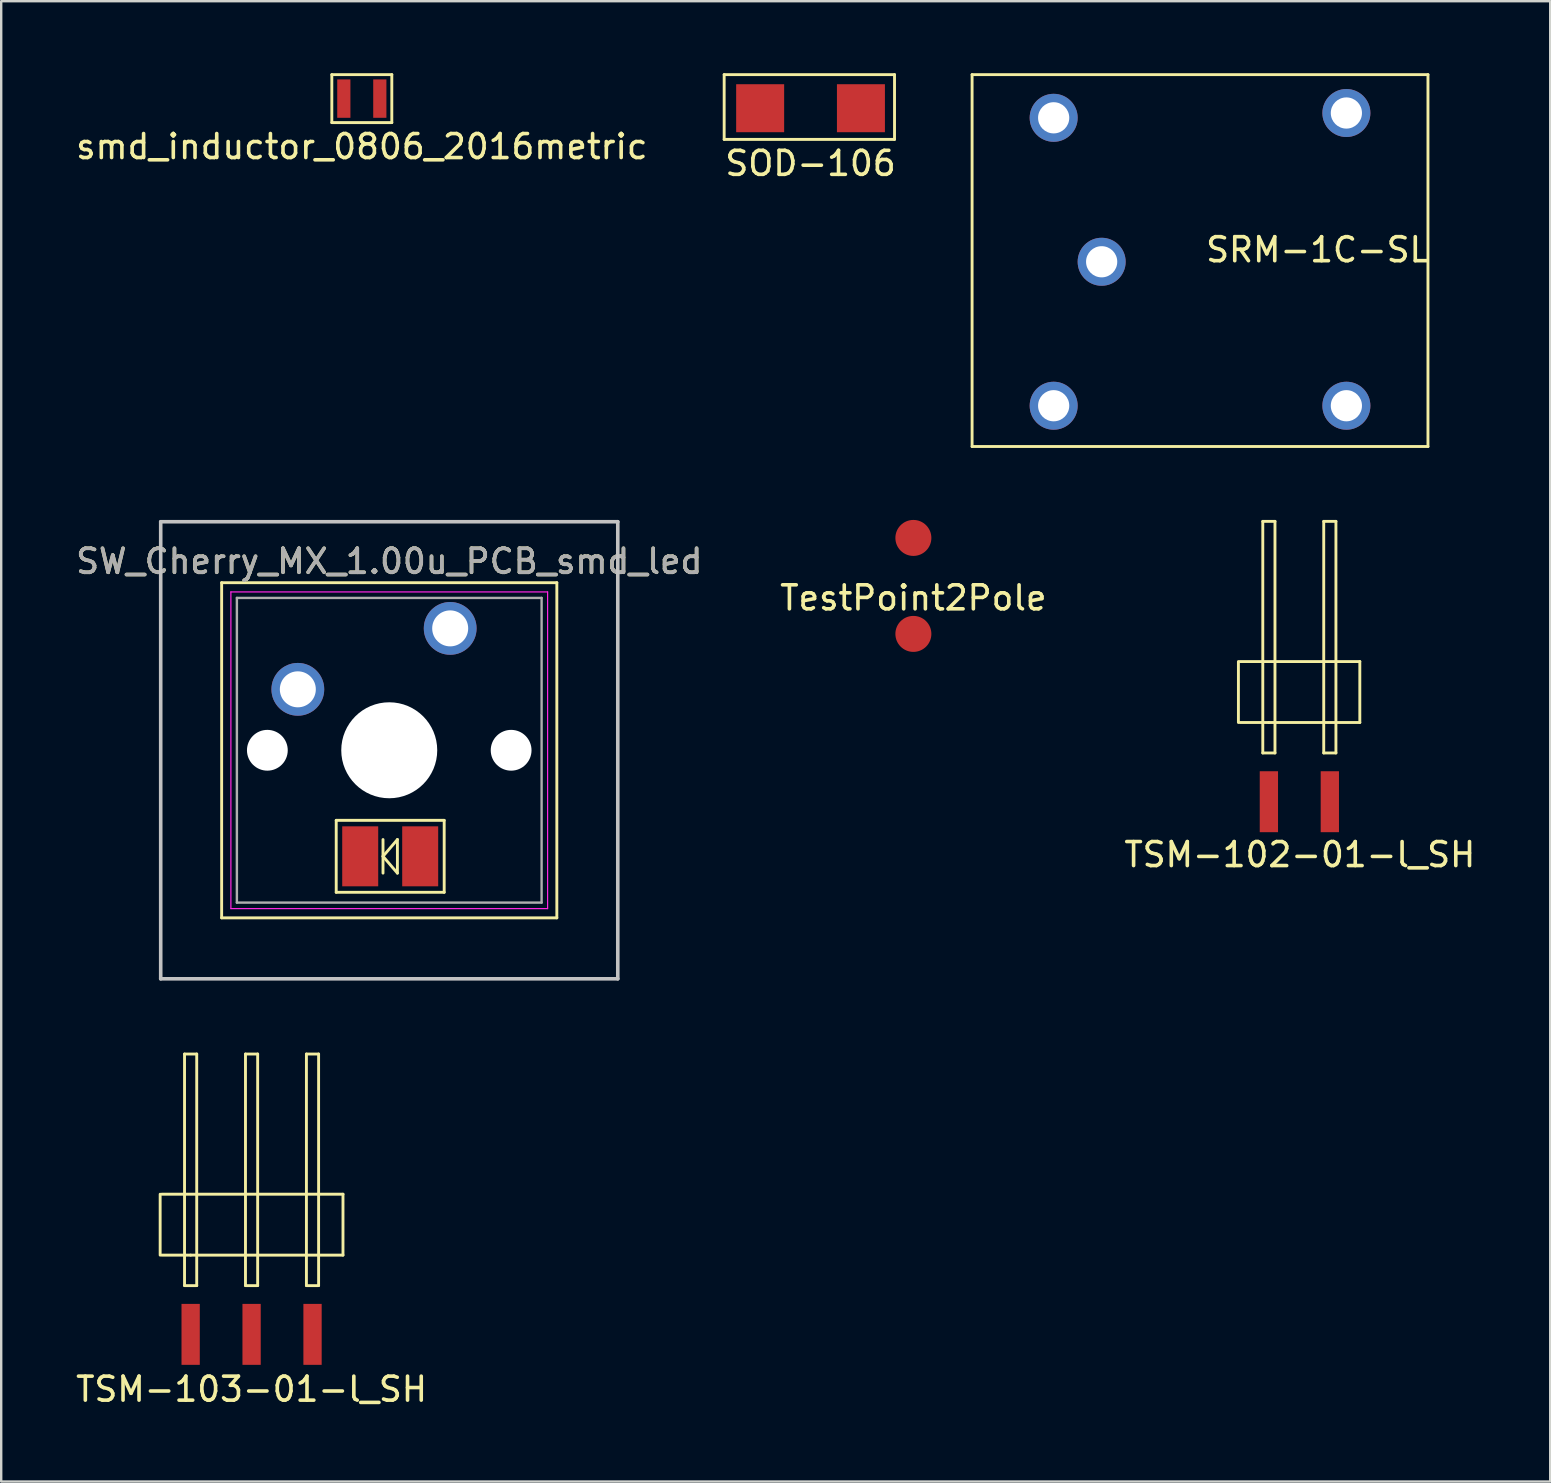
<source format=kicad_pcb>
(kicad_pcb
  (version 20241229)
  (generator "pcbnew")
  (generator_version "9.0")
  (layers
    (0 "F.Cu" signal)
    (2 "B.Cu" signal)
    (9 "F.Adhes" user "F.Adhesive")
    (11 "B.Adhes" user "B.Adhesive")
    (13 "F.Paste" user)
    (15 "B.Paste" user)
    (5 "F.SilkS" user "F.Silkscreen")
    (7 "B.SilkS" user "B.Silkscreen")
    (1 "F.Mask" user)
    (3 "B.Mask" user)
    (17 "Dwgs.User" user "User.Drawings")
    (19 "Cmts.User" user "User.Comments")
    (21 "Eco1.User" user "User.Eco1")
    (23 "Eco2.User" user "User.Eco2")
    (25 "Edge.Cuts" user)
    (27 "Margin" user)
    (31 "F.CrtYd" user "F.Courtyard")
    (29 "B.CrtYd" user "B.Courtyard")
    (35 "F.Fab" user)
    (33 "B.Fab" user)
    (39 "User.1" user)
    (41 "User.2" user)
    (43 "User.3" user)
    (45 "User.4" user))
  (footprint "TestPoint2Pole"
    (layer "F.Cu")
    (at 35.018 21.37)
    (property "Reference" "TestPoint2Pole" (at 0 0.5 0) (layer "F.SilkS") (effects (font (size 1 1) (thickness 0.15))))
    (attr through_hole)
    (pad "1" smd circle (at 0 -2) (size 1.5 1.5) (layers "F.Cu" "F.Mask" "F.Paste"))
    (pad "2" smd circle (at 0 2) (size 1.5 1.5) (layers "F.Cu" "F.Mask" "F.Paste")))
  (footprint "SOD-106"
    (layer "F.Cu")
    (at 30.732 1.46)
    (property "Reference" "SOD-106" (at 0 2.3 0) (layer "F.SilkS") (effects (font (size 1 1) (thickness 0.15))))
    (attr through_hole)
    (fp_line (start -3.6 -1.4) (end -3.6 1.3) (stroke (width 0.12) (type solid)) (layer "F.SilkS"))
    (fp_line (start -3.6 -1.4) (end 3.5 -1.4) (stroke (width 0.12) (type solid)) (layer "F.SilkS"))
    (fp_line (start 3.5 -1.4) (end 3.5 1.3) (stroke (width 0.12) (type solid)) (layer "F.SilkS"))
    (fp_line (start 3.5 1.3) (end -3.6 1.3) (stroke (width 0.12) (type solid)) (layer "F.SilkS"))
    (pad "1" smd rect (at -2.1 0) (size 2 2) (layers "F.Cu" "F.Mask" "F.Paste"))
    (pad "2" smd rect (at 2.1 0) (size 2 2) (layers "F.Cu" "F.Mask" "F.Paste")))
  (footprint "smd_inductor_0806_2016metric"
    (layer "F.Cu")
    (at 12.03 1.06)
    (property "Reference" "smd_inductor_0806_2016metric" (at 0 2 0) (layer "F.SilkS") (effects (font (size 1 1) (thickness 0.15))))
    (attr through_hole)
    (fp_line (start -1.25 -1) (end 1.25 -1) (stroke (width 0.12) (type solid)) (layer "F.SilkS"))
    (fp_line (start -1.25 1) (end -1.25 -1) (stroke (width 0.12) (type solid)) (layer "F.SilkS"))
    (fp_line (start 1.25 -1) (end 1.25 1) (stroke (width 0.12) (type solid)) (layer "F.SilkS"))
    (fp_line (start 1.25 1) (end -1.25 1) (stroke (width 0.12) (type solid)) (layer "F.SilkS"))
    (pad "1" smd rect (at 0.75 0) (size 0.55 1.6) (layers "F.Cu" "F.Mask" "F.Paste"))
    (pad "2" smd rect (at -0.75 0) (size 0.55 1.6) (layers "F.Cu" "F.Mask" "F.Paste")))
  (footprint "TSM-103-01-l_SH"
    (layer "F.Cu")
    (at 7.435 49.77)
    (property "Reference" "TSM-103-01-l_SH" (at 0 5.08 0) (layer "F.SilkS") (effects (font (size 1 1) (thickness 0.15))))
    (attr through_hole)
    (fp_line (start -3.81 -3.048) (end -3.81 -0.508) (stroke (width 0.12) (type solid)) (layer "F.SilkS"))
    (fp_line (start -3.747 -0.508) (end -2.54 -0.508) (stroke (width 0.12) (type solid)) (layer "F.SilkS"))
    (fp_line (start -2.794 -8.89) (end -2.286 -8.89) (stroke (width 0.12) (type solid)) (layer "F.SilkS"))
    (fp_line (start -2.794 0.762) (end -2.794 -8.89) (stroke (width 0.12) (type solid)) (layer "F.SilkS"))
    (fp_line (start -2.54 -0.508) (end 3.81 -0.508) (stroke (width 0.12) (type solid)) (layer "F.SilkS"))
    (fp_line (start -2.286 -8.89) (end -2.286 0.762) (stroke (width 0.12) (type solid)) (layer "F.SilkS"))
    (fp_line (start -2.286 0.762) (end -2.794 0.762) (stroke (width 0.12) (type solid)) (layer "F.SilkS"))
    (fp_line (start -0.254 -8.89) (end 0.254 -8.89) (stroke (width 0.12) (type solid)) (layer "F.SilkS"))
    (fp_line (start -0.254 0.762) (end -0.254 -8.89) (stroke (width 0.12) (type solid)) (layer "F.SilkS"))
    (fp_line (start 0.254 -8.89) (end 0.254 0.762) (stroke (width 0.12) (type solid)) (layer "F.SilkS"))
    (fp_line (start 0.254 0.762) (end -0.254 0.762) (stroke (width 0.12) (type solid)) (layer "F.SilkS"))
    (fp_line (start 2.286 -8.89) (end 2.794 -8.89) (stroke (width 0.12) (type solid)) (layer "F.SilkS"))
    (fp_line (start 2.286 0.762) (end 2.286 -8.89) (stroke (width 0.12) (type solid)) (layer "F.SilkS"))
    (fp_line (start 2.794 -8.89) (end 2.794 0.762) (stroke (width 0.12) (type solid)) (layer "F.SilkS"))
    (fp_line (start 2.794 0.762) (end 2.286 0.762) (stroke (width 0.12) (type solid)) (layer "F.SilkS"))
    (fp_line (start 3.81 -3.048) (end -3.747 -3.048) (stroke (width 0.12) (type solid)) (layer "F.SilkS"))
    (fp_line (start 3.81 -0.508) (end 3.81 -3.048) (stroke (width 0.12) (type solid)) (layer "F.SilkS"))
    (pad "1" smd rect (at -2.539 2.794) (size 0.762 2.54) (layers "F.Cu" "F.Mask" "F.Paste"))
    (pad "2" smd rect (at 0.001 2.794) (size 0.762 2.54) (layers "F.Cu" "F.Mask" "F.Paste"))
    (pad "3" smd rect (at 2.541 2.794) (size 0.762 2.54) (layers "F.Cu" "F.Mask" "F.Paste")))
  (footprint "TSM-102-01-l_SH"
    (layer "F.Cu")
    (at 51.125 27.57)
    (property "Reference" "TSM-102-01-l_SH" (at 0 5 0) (layer "F.SilkS") (effects (font (size 1 1) (thickness 0.15))))
    (attr through_hole)
    (fp_line (start -2.56 -3.048) (end -2.56 -0.508) (stroke (width 0.12) (type solid)) (layer "F.SilkS"))
    (fp_line (start -2.497 -0.508) (end -1.29 -0.508) (stroke (width 0.12) (type solid)) (layer "F.SilkS"))
    (fp_line (start -1.544 -8.89) (end -1.036 -8.89) (stroke (width 0.12) (type solid)) (layer "F.SilkS"))
    (fp_line (start -1.544 0.762) (end -1.544 -8.89) (stroke (width 0.12) (type solid)) (layer "F.SilkS"))
    (fp_line (start -1.29 -0.508) (end 2.5 -0.508) (stroke (width 0.12) (type solid)) (layer "F.SilkS"))
    (fp_line (start -1.036 -8.89) (end -1.036 0.762) (stroke (width 0.12) (type solid)) (layer "F.SilkS"))
    (fp_line (start -1.036 0.762) (end -1.544 0.762) (stroke (width 0.12) (type solid)) (layer "F.SilkS"))
    (fp_line (start 0.996 -8.89) (end 1.504 -8.89) (stroke (width 0.12) (type solid)) (layer "F.SilkS"))
    (fp_line (start 0.996 0.762) (end 0.996 -8.89) (stroke (width 0.12) (type solid)) (layer "F.SilkS"))
    (fp_line (start 1.504 -8.89) (end 1.504 0.762) (stroke (width 0.12) (type solid)) (layer "F.SilkS"))
    (fp_line (start 1.504 0.762) (end 0.996 0.762) (stroke (width 0.12) (type solid)) (layer "F.SilkS"))
    (fp_line (start 2.5 -3.048) (end -2.497 -3.048) (stroke (width 0.12) (type solid)) (layer "F.SilkS"))
    (fp_line (start 2.5 -0.508) (end 2.5 -3.048) (stroke (width 0.12) (type solid)) (layer "F.SilkS"))
    (pad "1" smd rect (at -1.29 2.794) (size 0.762 2.54) (layers "F.Cu" "F.Mask" "F.Paste"))
    (pad "2" smd rect (at 1.25 2.794) (size 0.762 2.54) (layers "F.Cu" "F.Mask" "F.Paste")))
  (footprint "SW_Cherry_MX_1.00u_PCB_smd_led"
    (layer "F.Cu")
    (at 15.713 23.14)
    (property "Reference" "SW_Cherry_MX_1.00u_PCB_smd_led" (at -2.54 -2.794 0) (layer "F.SilkS") (effects (font (size 1 1) (thickness 0.15))))
    (attr through_hole)
    (fp_line (start -9.525 -1.905) (end 4.445 -1.905) (stroke (width 0.12) (type solid)) (layer "F.SilkS"))
    (fp_line (start -9.525 12.065) (end -9.525 -1.905) (stroke (width 0.12) (type solid)) (layer "F.SilkS"))
    (fp_line (start -4.75 8) (end -4.75 11) (stroke (width 0.12) (type solid)) (layer "F.SilkS"))
    (fp_line (start -4.75 11) (end -0.25 11) (stroke (width 0.12) (type solid)) (layer "F.SilkS"))
    (fp_line (start -2.8 8.8) (end -2.8 10.2) (stroke (width 0.12) (type solid)) (layer "F.SilkS"))
    (fp_line (start -2.8 9.5) (end -2.2 8.8) (stroke (width 0.12) (type solid)) (layer "F.SilkS"))
    (fp_line (start -2.2 8.8) (end -2.2 10.2) (stroke (width 0.12) (type solid)) (layer "F.SilkS"))
    (fp_line (start -2.2 10.2) (end -2.8 9.5) (stroke (width 0.12) (type solid)) (layer "F.SilkS"))
    (fp_line (start -0.25 8) (end -4.75 8) (stroke (width 0.12) (type solid)) (layer "F.SilkS"))
    (fp_line (start -0.25 11) (end -0.25 8) (stroke (width 0.12) (type solid)) (layer "F.SilkS"))
    (fp_line (start 4.445 -1.905) (end 4.445 12.065) (stroke (width 0.12) (type solid)) (layer "F.SilkS"))
    (fp_line (start 4.445 12.065) (end -9.525 12.065) (stroke (width 0.12) (type solid)) (layer "F.SilkS"))
    (fp_line (start -12.065 -4.445) (end 6.985 -4.445) (stroke (width 0.15) (type solid)) (layer "Dwgs.User"))
    (fp_line (start -12.065 14.605) (end -12.065 -4.445) (stroke (width 0.15) (type solid)) (layer "Dwgs.User"))
    (fp_line (start 6.985 -4.445) (end 6.985 14.605) (stroke (width 0.15) (type solid)) (layer "Dwgs.User"))
    (fp_line (start 6.985 14.605) (end -12.065 14.605) (stroke (width 0.15) (type solid)) (layer "Dwgs.User"))
    (fp_line (start -9.14 -1.52) (end 4.06 -1.52) (stroke (width 0.05) (type solid)) (layer "F.CrtYd"))
    (fp_line (start -9.14 11.68) (end -9.14 -1.52) (stroke (width 0.05) (type solid)) (layer "F.CrtYd"))
    (fp_line (start 4.06 -1.52) (end 4.06 11.68) (stroke (width 0.05) (type solid)) (layer "F.CrtYd"))
    (fp_line (start 4.06 11.68) (end -9.14 11.68) (stroke (width 0.05) (type solid)) (layer "F.CrtYd"))
    (fp_line (start -8.89 -1.27) (end 3.81 -1.27) (stroke (width 0.1) (type solid)) (layer "F.Fab"))
    (fp_line (start -8.89 11.43) (end -8.89 -1.27) (stroke (width 0.1) (type solid)) (layer "F.Fab"))
    (fp_line (start 3.81 -1.27) (end 3.81 11.43) (stroke (width 0.1) (type solid)) (layer "F.Fab"))
    (fp_line (start 3.81 11.43) (end -8.89 11.43) (stroke (width 0.1) (type solid)) (layer "F.Fab"))
    (fp_text user "${REFERENCE}" (at -2.54 -2.794 0) (layer "F.Fab") (effects (font (size 1 1) (thickness 0.15))))
    (pad "" np_thru_hole circle (at -7.62 5.08) (size 1.7 1.7) (drill 1.7) (layers "*.Cu" "*.Mask"))
    (pad "" np_thru_hole circle (at -2.54 5.08) (size 4 4) (drill 4) (layers "*.Cu" "*.Mask"))
    (pad "" np_thru_hole circle (at 2.54 5.08) (size 1.7 1.7) (drill 1.7) (layers "*.Cu" "*.Mask"))
    (pad "1" thru_hole circle (at 0 0) (size 2.2 2.2) (drill 1.5) (layers "*.Cu" "*.Mask"))
    (pad "2" thru_hole circle (at -6.35 2.54) (size 2.2 2.2) (drill 1.5) (layers "*.Cu" "*.Mask"))
    (pad "3" smd rect (at -3.75 9.5 90) (size 2.5 1.5) (layers "F.Cu" "F.Mask" "F.Paste"))
    (pad "4" smd rect (at -1.25 9.5 90) (size 2.5 1.5) (layers "F.Cu" "F.Mask" "F.Paste")))
  (footprint "SRM-1C-SL"
    (layer "F.Cu")
    (at 46.965 7.86)
    (property "Reference" "SRM-1C-SL" (at 4.9 -0.5 0) (unlocked yes) (layer "F.SilkS") (effects (font (size 1 1) (thickness 0.15))))
    (attr through_hole)
    (fp_line (start -9.5 -7.8) (end -9.5 7.7) (stroke (width 0.12) (type solid)) (layer "F.SilkS"))
    (fp_line (start -9.5 7.7) (end 9.5 7.7) (stroke (width 0.12) (type solid)) (layer "F.SilkS"))
    (fp_line (start 9.5 -7.8) (end -9.5 -7.8) (stroke (width 0.12) (type solid)) (layer "F.SilkS"))
    (fp_line (start 9.5 7.7) (end 9.5 -7.8) (stroke (width 0.12) (type solid)) (layer "F.SilkS"))
    (pad "1" thru_hole circle (at -6.1 -6) (size 2 2) (drill 1.3) (layers "*.Cu" "*.Mask"))
    (pad "2" thru_hole circle (at -6.1 6) (size 2 2) (drill 1.3) (layers "*.Cu" "*.Mask"))
    (pad "3" thru_hole circle (at 6.1 -6.2) (size 2 2) (drill 1.3) (layers "*.Cu" "*.Mask"))
    (pad "4" thru_hole circle (at 6.1 6) (size 2 2) (drill 1.3) (layers "*.Cu" "*.Mask"))
    (pad "5" thru_hole circle (at -4.1 0) (size 2 2) (drill 1.3) (layers "*.Cu" "*.Mask")))
  (gr_rect
    (start -3 -3)
    (end 61.56 58.698)
    (stroke (width 0.1) (type default))
    (fill no)
    (layer "Edge.Cuts")))
</source>
